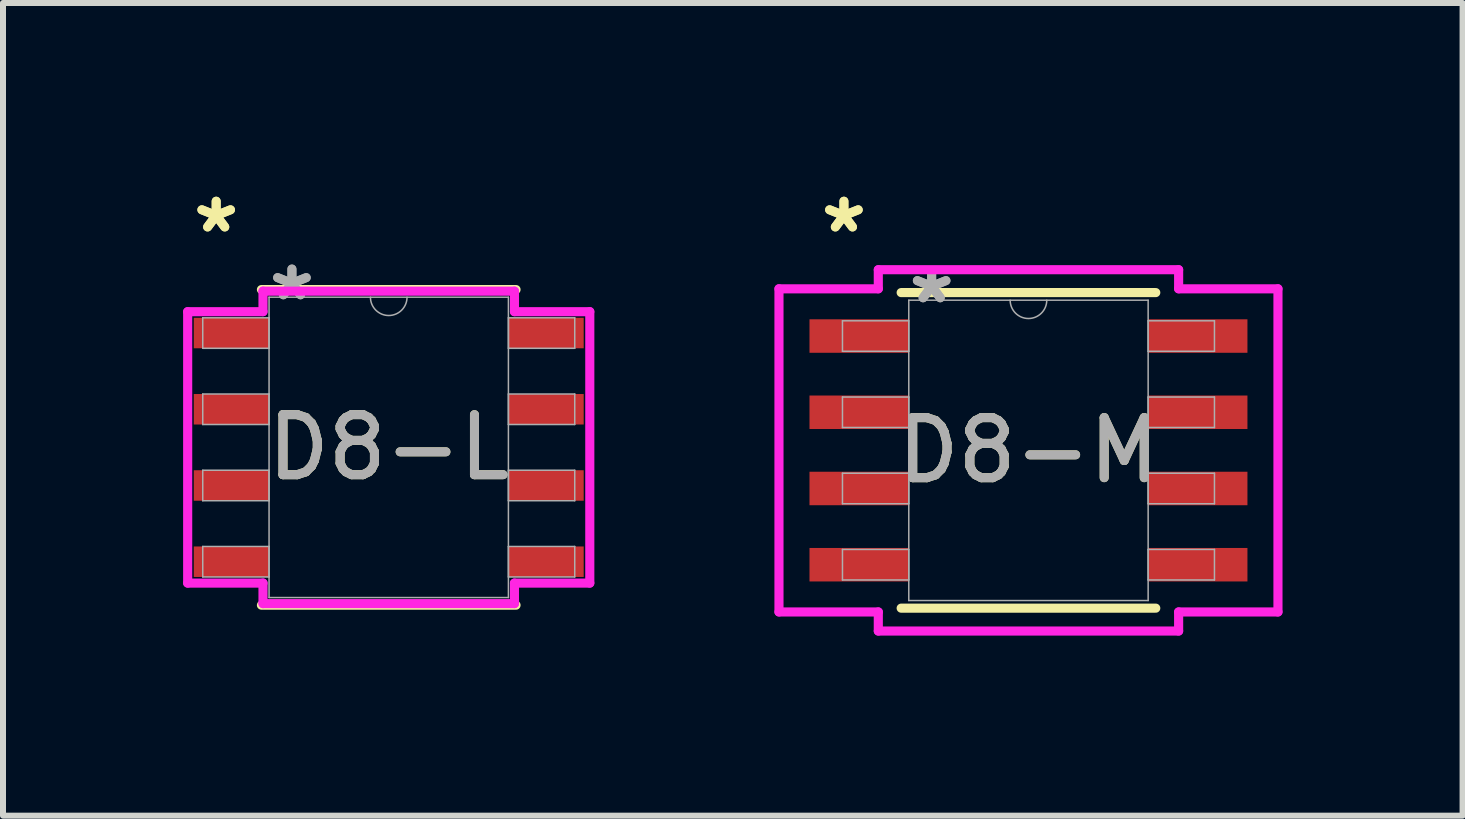
<source format=kicad_pcb>
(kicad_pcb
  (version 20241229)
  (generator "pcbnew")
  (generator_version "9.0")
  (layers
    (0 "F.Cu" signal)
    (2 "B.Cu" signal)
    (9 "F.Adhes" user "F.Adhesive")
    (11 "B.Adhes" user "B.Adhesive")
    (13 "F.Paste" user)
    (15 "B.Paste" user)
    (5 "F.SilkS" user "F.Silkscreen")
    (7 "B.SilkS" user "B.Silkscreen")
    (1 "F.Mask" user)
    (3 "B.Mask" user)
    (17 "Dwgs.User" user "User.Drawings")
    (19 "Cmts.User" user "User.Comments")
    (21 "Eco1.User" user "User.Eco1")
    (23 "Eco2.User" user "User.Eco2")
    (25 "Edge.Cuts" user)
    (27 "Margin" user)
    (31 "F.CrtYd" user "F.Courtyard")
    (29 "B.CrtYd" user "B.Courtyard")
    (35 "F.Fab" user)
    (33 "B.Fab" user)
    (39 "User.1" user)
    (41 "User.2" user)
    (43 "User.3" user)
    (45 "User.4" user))
  (footprint "D8-L"
    (layer "F.Cu")
    (at 3.427 4.404)
    (property "Reference" "D8-L" (at 0 0 0) (unlocked yes) (layer "F.SilkS") (effects (font (size 1 1) (thickness 0.15))))
    (attr smd)
    (fp_line (start -2.121 2.629) (end 2.121 2.629) (stroke (width 0.152) (type solid)) (layer "F.SilkS"))
    (fp_line (start 2.121 -2.629) (end -2.121 -2.629) (stroke (width 0.152) (type solid)) (layer "F.SilkS"))
    (fp_line (start -3.35 -2.261) (end -2.095 -2.261) (stroke (width 0.152) (type solid)) (layer "F.CrtYd"))
    (fp_line (start -3.35 2.261) (end -3.35 -2.261) (stroke (width 0.152) (type solid)) (layer "F.CrtYd"))
    (fp_line (start -3.35 2.261) (end -2.095 2.261) (stroke (width 0.152) (type solid)) (layer "F.CrtYd"))
    (fp_line (start -2.095 -2.603) (end 2.095 -2.603) (stroke (width 0.152) (type solid)) (layer "F.CrtYd"))
    (fp_line (start -2.095 -2.261) (end -2.095 -2.603) (stroke (width 0.152) (type solid)) (layer "F.CrtYd"))
    (fp_line (start -2.095 2.603) (end -2.095 2.261) (stroke (width 0.152) (type solid)) (layer "F.CrtYd"))
    (fp_line (start 2.095 -2.603) (end 2.095 -2.261) (stroke (width 0.152) (type solid)) (layer "F.CrtYd"))
    (fp_line (start 2.095 2.261) (end 2.095 2.603) (stroke (width 0.152) (type solid)) (layer "F.CrtYd"))
    (fp_line (start 2.095 2.603) (end -2.095 2.603) (stroke (width 0.152) (type solid)) (layer "F.CrtYd"))
    (fp_line (start 3.35 -2.261) (end 2.095 -2.261) (stroke (width 0.152) (type solid)) (layer "F.CrtYd"))
    (fp_line (start 3.35 -2.261) (end 3.35 2.261) (stroke (width 0.152) (type solid)) (layer "F.CrtYd"))
    (fp_line (start 3.35 2.261) (end 2.095 2.261) (stroke (width 0.152) (type solid)) (layer "F.CrtYd"))
    (fp_line (start -3.099 -2.159) (end -3.099 -1.651) (stroke (width 0.025) (type solid)) (layer "F.Fab"))
    (fp_line (start -3.099 -1.651) (end -1.994 -1.651) (stroke (width 0.025) (type solid)) (layer "F.Fab"))
    (fp_line (start -3.099 -0.889) (end -3.099 -0.381) (stroke (width 0.025) (type solid)) (layer "F.Fab"))
    (fp_line (start -3.099 -0.381) (end -1.994 -0.381) (stroke (width 0.025) (type solid)) (layer "F.Fab"))
    (fp_line (start -3.099 0.381) (end -3.099 0.889) (stroke (width 0.025) (type solid)) (layer "F.Fab"))
    (fp_line (start -3.099 0.889) (end -1.994 0.889) (stroke (width 0.025) (type solid)) (layer "F.Fab"))
    (fp_line (start -3.099 1.651) (end -3.099 2.159) (stroke (width 0.025) (type solid)) (layer "F.Fab"))
    (fp_line (start -3.099 2.159) (end -1.994 2.159) (stroke (width 0.025) (type solid)) (layer "F.Fab"))
    (fp_line (start -1.994 -2.502) (end -1.994 2.502) (stroke (width 0.025) (type solid)) (layer "F.Fab"))
    (fp_line (start -1.994 -2.159) (end -3.099 -2.159) (stroke (width 0.025) (type solid)) (layer "F.Fab"))
    (fp_line (start -1.994 -1.651) (end -1.994 -2.159) (stroke (width 0.025) (type solid)) (layer "F.Fab"))
    (fp_line (start -1.994 -0.889) (end -3.099 -0.889) (stroke (width 0.025) (type solid)) (layer "F.Fab"))
    (fp_line (start -1.994 -0.381) (end -1.994 -0.889) (stroke (width 0.025) (type solid)) (layer "F.Fab"))
    (fp_line (start -1.994 0.381) (end -3.099 0.381) (stroke (width 0.025) (type solid)) (layer "F.Fab"))
    (fp_line (start -1.994 0.889) (end -1.994 0.381) (stroke (width 0.025) (type solid)) (layer "F.Fab"))
    (fp_line (start -1.994 1.651) (end -3.099 1.651) (stroke (width 0.025) (type solid)) (layer "F.Fab"))
    (fp_line (start -1.994 2.159) (end -1.994 1.651) (stroke (width 0.025) (type solid)) (layer "F.Fab"))
    (fp_line (start -1.994 2.502) (end 1.994 2.502) (stroke (width 0.025) (type solid)) (layer "F.Fab"))
    (fp_line (start 1.994 -2.502) (end -1.994 -2.502) (stroke (width 0.025) (type solid)) (layer "F.Fab"))
    (fp_line (start 1.994 -2.159) (end 1.994 -1.651) (stroke (width 0.025) (type solid)) (layer "F.Fab"))
    (fp_line (start 1.994 -1.651) (end 3.099 -1.651) (stroke (width 0.025) (type solid)) (layer "F.Fab"))
    (fp_line (start 1.994 -0.889) (end 1.994 -0.381) (stroke (width 0.025) (type solid)) (layer "F.Fab"))
    (fp_line (start 1.994 -0.381) (end 3.099 -0.381) (stroke (width 0.025) (type solid)) (layer "F.Fab"))
    (fp_line (start 1.994 0.381) (end 1.994 0.889) (stroke (width 0.025) (type solid)) (layer "F.Fab"))
    (fp_line (start 1.994 0.889) (end 3.099 0.889) (stroke (width 0.025) (type solid)) (layer "F.Fab"))
    (fp_line (start 1.994 1.651) (end 1.994 2.159) (stroke (width 0.025) (type solid)) (layer "F.Fab"))
    (fp_line (start 1.994 2.159) (end 3.099 2.159) (stroke (width 0.025) (type solid)) (layer "F.Fab"))
    (fp_line (start 1.994 2.502) (end 1.994 -2.502) (stroke (width 0.025) (type solid)) (layer "F.Fab"))
    (fp_line (start 3.099 -2.159) (end 1.994 -2.159) (stroke (width 0.025) (type solid)) (layer "F.Fab"))
    (fp_line (start 3.099 -1.651) (end 3.099 -2.159) (stroke (width 0.025) (type solid)) (layer "F.Fab"))
    (fp_line (start 3.099 -0.889) (end 1.994 -0.889) (stroke (width 0.025) (type solid)) (layer "F.Fab"))
    (fp_line (start 3.099 -0.381) (end 3.099 -0.889) (stroke (width 0.025) (type solid)) (layer "F.Fab"))
    (fp_line (start 3.099 0.381) (end 1.994 0.381) (stroke (width 0.025) (type solid)) (layer "F.Fab"))
    (fp_line (start 3.099 0.889) (end 3.099 0.381) (stroke (width 0.025) (type solid)) (layer "F.Fab"))
    (fp_line (start 3.099 1.651) (end 1.994 1.651) (stroke (width 0.025) (type solid)) (layer "F.Fab"))
    (fp_line (start 3.099 2.159) (end 3.099 1.651) (stroke (width 0.025) (type solid)) (layer "F.Fab"))
    (fp_arc (start 0.3048 -2.5019) (mid 0 -2.1971) (end -0.3048 -2.5019) (stroke (width 0.0254) (type solid)) (layer "F.Fab"))
    (fp_text user "*" (at -2.875 -3.556 0) (layer "F.SilkS") (effects (font (size 1 1) (thickness 0.15))))
    (fp_text user "*" (at -2.875 -3.556 0) (unlocked yes) (layer "F.SilkS") (effects (font (size 1 1) (thickness 0.15))))
    (fp_text user "${REFERENCE}" (at 0 0 0) (unlocked yes) (layer "F.Fab") (effects (font (size 1 1) (thickness 0.15))))
    (fp_text user "*" (at -1.613 -2.426 0) (unlocked yes) (layer "F.Fab") (effects (font (size 1 1) (thickness 0.15))))
    (fp_text user "*" (at -1.613 -2.426 0) (layer "F.Fab") (effects (font (size 1 1) (thickness 0.15))))
    (pad "1" smd rect (at -2.621 -1.905) (size 1.255 0.508) (layers "F.Cu" "F.Mask" "F.Paste"))
    (pad "2" smd rect (at -2.621 -0.635) (size 1.255 0.508) (layers "F.Cu" "F.Mask" "F.Paste"))
    (pad "3" smd rect (at -2.621 0.635) (size 1.255 0.508) (layers "F.Cu" "F.Mask" "F.Paste"))
    (pad "4" smd rect (at -2.621 1.905) (size 1.255 0.508) (layers "F.Cu" "F.Mask" "F.Paste"))
    (pad "5" smd rect (at 2.621 1.905) (size 1.255 0.508) (layers "F.Cu" "F.Mask" "F.Paste"))
    (pad "6" smd rect (at 2.621 0.635) (size 1.255 0.508) (layers "F.Cu" "F.Mask" "F.Paste"))
    (pad "7" smd rect (at 2.621 -0.635) (size 1.255 0.508) (layers "F.Cu" "F.Mask" "F.Paste"))
    (pad "8" smd rect (at 2.621 -1.905) (size 1.255 0.508) (layers "F.Cu" "F.Mask" "F.Paste")))
  (footprint "D8-M"
    (layer "F.Cu")
    (at 14.086 4.454)
    (property "Reference" "D8-M" (at 0 0 0) (unlocked yes) (layer "F.SilkS") (effects (font (size 1 1) (thickness 0.15))))
    (attr smd)
    (fp_line (start -2.121 2.629) (end 2.121 2.629) (stroke (width 0.152) (type solid)) (layer "F.SilkS"))
    (fp_line (start 2.121 -2.629) (end -2.121 -2.629) (stroke (width 0.152) (type solid)) (layer "F.SilkS"))
    (fp_line (start -4.157 -2.692) (end -2.502 -2.692) (stroke (width 0.152) (type solid)) (layer "F.CrtYd"))
    (fp_line (start -4.157 2.692) (end -4.157 -2.692) (stroke (width 0.152) (type solid)) (layer "F.CrtYd"))
    (fp_line (start -4.157 2.692) (end -2.502 2.692) (stroke (width 0.152) (type solid)) (layer "F.CrtYd"))
    (fp_line (start -2.502 -3.01) (end 2.502 -3.01) (stroke (width 0.152) (type solid)) (layer "F.CrtYd"))
    (fp_line (start -2.502 -2.692) (end -2.502 -3.01) (stroke (width 0.152) (type solid)) (layer "F.CrtYd"))
    (fp_line (start -2.502 3.01) (end -2.502 2.692) (stroke (width 0.152) (type solid)) (layer "F.CrtYd"))
    (fp_line (start 2.502 -3.01) (end 2.502 -2.692) (stroke (width 0.152) (type solid)) (layer "F.CrtYd"))
    (fp_line (start 2.502 2.692) (end 2.502 3.01) (stroke (width 0.152) (type solid)) (layer "F.CrtYd"))
    (fp_line (start 2.502 3.01) (end -2.502 3.01) (stroke (width 0.152) (type solid)) (layer "F.CrtYd"))
    (fp_line (start 4.157 -2.692) (end 2.502 -2.692) (stroke (width 0.152) (type solid)) (layer "F.CrtYd"))
    (fp_line (start 4.157 -2.692) (end 4.157 2.692) (stroke (width 0.152) (type solid)) (layer "F.CrtYd"))
    (fp_line (start 4.157 2.692) (end 2.502 2.692) (stroke (width 0.152) (type solid)) (layer "F.CrtYd"))
    (fp_line (start -3.099 -2.159) (end -3.099 -1.651) (stroke (width 0.025) (type solid)) (layer "F.Fab"))
    (fp_line (start -3.099 -1.651) (end -1.994 -1.651) (stroke (width 0.025) (type solid)) (layer "F.Fab"))
    (fp_line (start -3.099 -0.889) (end -3.099 -0.381) (stroke (width 0.025) (type solid)) (layer "F.Fab"))
    (fp_line (start -3.099 -0.381) (end -1.994 -0.381) (stroke (width 0.025) (type solid)) (layer "F.Fab"))
    (fp_line (start -3.099 0.381) (end -3.099 0.889) (stroke (width 0.025) (type solid)) (layer "F.Fab"))
    (fp_line (start -3.099 0.889) (end -1.994 0.889) (stroke (width 0.025) (type solid)) (layer "F.Fab"))
    (fp_line (start -3.099 1.651) (end -3.099 2.159) (stroke (width 0.025) (type solid)) (layer "F.Fab"))
    (fp_line (start -3.099 2.159) (end -1.994 2.159) (stroke (width 0.025) (type solid)) (layer "F.Fab"))
    (fp_line (start -1.994 -2.502) (end -1.994 2.502) (stroke (width 0.025) (type solid)) (layer "F.Fab"))
    (fp_line (start -1.994 -2.159) (end -3.099 -2.159) (stroke (width 0.025) (type solid)) (layer "F.Fab"))
    (fp_line (start -1.994 -1.651) (end -1.994 -2.159) (stroke (width 0.025) (type solid)) (layer "F.Fab"))
    (fp_line (start -1.994 -0.889) (end -3.099 -0.889) (stroke (width 0.025) (type solid)) (layer "F.Fab"))
    (fp_line (start -1.994 -0.381) (end -1.994 -0.889) (stroke (width 0.025) (type solid)) (layer "F.Fab"))
    (fp_line (start -1.994 0.381) (end -3.099 0.381) (stroke (width 0.025) (type solid)) (layer "F.Fab"))
    (fp_line (start -1.994 0.889) (end -1.994 0.381) (stroke (width 0.025) (type solid)) (layer "F.Fab"))
    (fp_line (start -1.994 1.651) (end -3.099 1.651) (stroke (width 0.025) (type solid)) (layer "F.Fab"))
    (fp_line (start -1.994 2.159) (end -1.994 1.651) (stroke (width 0.025) (type solid)) (layer "F.Fab"))
    (fp_line (start -1.994 2.502) (end 1.994 2.502) (stroke (width 0.025) (type solid)) (layer "F.Fab"))
    (fp_line (start 1.994 -2.502) (end -1.994 -2.502) (stroke (width 0.025) (type solid)) (layer "F.Fab"))
    (fp_line (start 1.994 -2.159) (end 1.994 -1.651) (stroke (width 0.025) (type solid)) (layer "F.Fab"))
    (fp_line (start 1.994 -1.651) (end 3.099 -1.651) (stroke (width 0.025) (type solid)) (layer "F.Fab"))
    (fp_line (start 1.994 -0.889) (end 1.994 -0.381) (stroke (width 0.025) (type solid)) (layer "F.Fab"))
    (fp_line (start 1.994 -0.381) (end 3.099 -0.381) (stroke (width 0.025) (type solid)) (layer "F.Fab"))
    (fp_line (start 1.994 0.381) (end 1.994 0.889) (stroke (width 0.025) (type solid)) (layer "F.Fab"))
    (fp_line (start 1.994 0.889) (end 3.099 0.889) (stroke (width 0.025) (type solid)) (layer "F.Fab"))
    (fp_line (start 1.994 1.651) (end 1.994 2.159) (stroke (width 0.025) (type solid)) (layer "F.Fab"))
    (fp_line (start 1.994 2.159) (end 3.099 2.159) (stroke (width 0.025) (type solid)) (layer "F.Fab"))
    (fp_line (start 1.994 2.502) (end 1.994 -2.502) (stroke (width 0.025) (type solid)) (layer "F.Fab"))
    (fp_line (start 3.099 -2.159) (end 1.994 -2.159) (stroke (width 0.025) (type solid)) (layer "F.Fab"))
    (fp_line (start 3.099 -1.651) (end 3.099 -2.159) (stroke (width 0.025) (type solid)) (layer "F.Fab"))
    (fp_line (start 3.099 -0.889) (end 1.994 -0.889) (stroke (width 0.025) (type solid)) (layer "F.Fab"))
    (fp_line (start 3.099 -0.381) (end 3.099 -0.889) (stroke (width 0.025) (type solid)) (layer "F.Fab"))
    (fp_line (start 3.099 0.381) (end 1.994 0.381) (stroke (width 0.025) (type solid)) (layer "F.Fab"))
    (fp_line (start 3.099 0.889) (end 3.099 0.381) (stroke (width 0.025) (type solid)) (layer "F.Fab"))
    (fp_line (start 3.099 1.651) (end 1.994 1.651) (stroke (width 0.025) (type solid)) (layer "F.Fab"))
    (fp_line (start 3.099 2.159) (end 3.099 1.651) (stroke (width 0.025) (type solid)) (layer "F.Fab"))
    (fp_arc (start 0.3048 -2.5019) (mid 0 -2.1971) (end -0.3048 -2.5019) (stroke (width 0.0254) (type solid)) (layer "F.Fab"))
    (fp_text user "*" (at -3.075 -3.606 0) (layer "F.SilkS") (effects (font (size 1 1) (thickness 0.15))))
    (fp_text user "*" (at -3.075 -3.606 0) (unlocked yes) (layer "F.SilkS") (effects (font (size 1 1) (thickness 0.15))))
    (fp_text user "${REFERENCE}" (at 0 0 0) (unlocked yes) (layer "F.Fab") (effects (font (size 1 1) (thickness 0.15))))
    (fp_text user "*" (at -1.613 -2.426 0) (unlocked yes) (layer "F.Fab") (effects (font (size 1 1) (thickness 0.15))))
    (fp_text user "*" (at -1.613 -2.426 0) (layer "F.Fab") (effects (font (size 1 1) (thickness 0.15))))
    (pad "1" smd rect (at -2.821 -1.905) (size 1.655 0.558) (layers "F.Cu" "F.Mask" "F.Paste"))
    (pad "2" smd rect (at -2.821 -0.635) (size 1.655 0.558) (layers "F.Cu" "F.Mask" "F.Paste"))
    (pad "3" smd rect (at -2.821 0.635) (size 1.655 0.558) (layers "F.Cu" "F.Mask" "F.Paste"))
    (pad "4" smd rect (at -2.821 1.905) (size 1.655 0.558) (layers "F.Cu" "F.Mask" "F.Paste"))
    (pad "5" smd rect (at 2.821 1.905) (size 1.655 0.558) (layers "F.Cu" "F.Mask" "F.Paste"))
    (pad "6" smd rect (at 2.821 0.635) (size 1.655 0.558) (layers "F.Cu" "F.Mask" "F.Paste"))
    (pad "7" smd rect (at 2.821 -0.635) (size 1.655 0.558) (layers "F.Cu" "F.Mask" "F.Paste"))
    (pad "8" smd rect (at 2.821 -1.905) (size 1.655 0.558) (layers "F.Cu" "F.Mask" "F.Paste")))
  (gr_rect
    (start -3 -3)
    (end 21.319 10.54)
    (stroke (width 0.1) (type default))
    (fill no)
    (layer "Edge.Cuts")))
</source>
